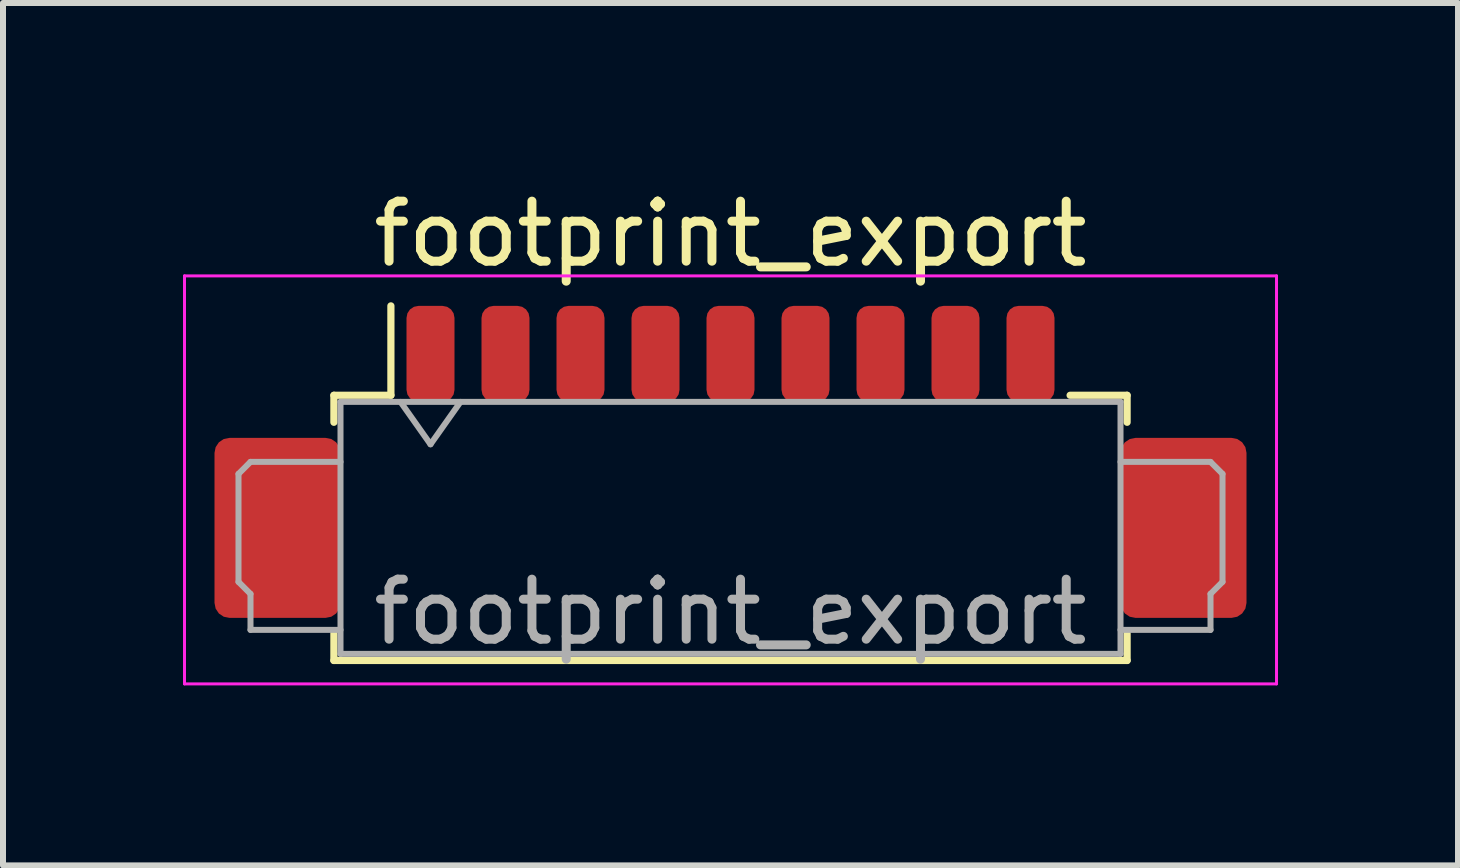
<source format=kicad_pcb>
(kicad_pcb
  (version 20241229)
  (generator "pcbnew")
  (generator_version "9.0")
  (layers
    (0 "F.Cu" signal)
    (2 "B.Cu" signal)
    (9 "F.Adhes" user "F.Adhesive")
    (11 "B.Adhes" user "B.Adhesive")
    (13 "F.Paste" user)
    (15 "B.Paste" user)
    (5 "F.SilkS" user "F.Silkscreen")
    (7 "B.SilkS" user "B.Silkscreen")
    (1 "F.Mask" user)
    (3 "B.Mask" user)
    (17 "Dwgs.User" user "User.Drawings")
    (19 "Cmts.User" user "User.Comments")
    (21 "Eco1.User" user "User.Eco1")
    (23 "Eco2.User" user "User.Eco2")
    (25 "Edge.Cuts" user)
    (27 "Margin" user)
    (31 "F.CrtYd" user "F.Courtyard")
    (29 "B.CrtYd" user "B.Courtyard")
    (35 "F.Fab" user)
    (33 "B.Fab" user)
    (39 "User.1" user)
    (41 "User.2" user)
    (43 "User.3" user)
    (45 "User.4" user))
  (footprint "footprint_export"
    (layer "F.Cu")
    (at 9.125 5.248)
    (property "Reference" "footprint_export" (at 0 -4.4 0) (layer "F.SilkS") (effects (font (size 1 1) (thickness 0.15))))
    (attr smd)
    (fp_line (start -6.61 -1.71) (end -5.66 -1.71) (stroke (width 0.12) (type solid)) (layer "F.SilkS"))
    (fp_line (start -6.61 -1.26) (end -6.61 -1.71) (stroke (width 0.12) (type solid)) (layer "F.SilkS"))
    (fp_line (start -6.61 2.26) (end -6.61 2.71) (stroke (width 0.12) (type solid)) (layer "F.SilkS"))
    (fp_line (start -6.61 2.71) (end 6.61 2.71) (stroke (width 0.12) (type solid)) (layer "F.SilkS"))
    (fp_line (start -5.66 -1.71) (end -5.66 -3.2) (stroke (width 0.12) (type solid)) (layer "F.SilkS"))
    (fp_line (start 6.61 -1.71) (end 5.66 -1.71) (stroke (width 0.12) (type solid)) (layer "F.SilkS"))
    (fp_line (start 6.61 -1.26) (end 6.61 -1.71) (stroke (width 0.12) (type solid)) (layer "F.SilkS"))
    (fp_line (start 6.61 2.71) (end 6.61 2.26) (stroke (width 0.12) (type solid)) (layer "F.SilkS"))
    (fp_line (start -9.1 -3.7) (end -9.1 3.1) (stroke (width 0.05) (type solid)) (layer "F.CrtYd"))
    (fp_line (start -9.1 3.1) (end 9.1 3.1) (stroke (width 0.05) (type solid)) (layer "F.CrtYd"))
    (fp_line (start 9.1 -3.7) (end -9.1 -3.7) (stroke (width 0.05) (type solid)) (layer "F.CrtYd"))
    (fp_line (start 9.1 3.1) (end 9.1 -3.7) (stroke (width 0.05) (type solid)) (layer "F.CrtYd"))
    (fp_line (start -8.2 -0.4) (end -8.2 1.4) (stroke (width 0.1) (type solid)) (layer "F.Fab"))
    (fp_line (start -8.2 1.4) (end -8 1.6) (stroke (width 0.1) (type solid)) (layer "F.Fab"))
    (fp_line (start -8 -0.6) (end -8.2 -0.4) (stroke (width 0.1) (type solid)) (layer "F.Fab"))
    (fp_line (start -8 1.6) (end -8 2.2) (stroke (width 0.1) (type solid)) (layer "F.Fab"))
    (fp_line (start -8 2.2) (end -6.5 2.2) (stroke (width 0.1) (type solid)) (layer "F.Fab"))
    (fp_line (start -6.5 -1.6) (end -6.5 2.6) (stroke (width 0.1) (type solid)) (layer "F.Fab"))
    (fp_line (start -6.5 -1.6) (end 6.5 -1.6) (stroke (width 0.1) (type solid)) (layer "F.Fab"))
    (fp_line (start -6.5 -0.6) (end -8 -0.6) (stroke (width 0.1) (type solid)) (layer "F.Fab"))
    (fp_line (start -6.5 2.6) (end 6.5 2.6) (stroke (width 0.1) (type solid)) (layer "F.Fab"))
    (fp_line (start -5.5 -1.6) (end -5 -0.893) (stroke (width 0.1) (type solid)) (layer "F.Fab"))
    (fp_line (start -5 -0.893) (end -4.5 -1.6) (stroke (width 0.1) (type solid)) (layer "F.Fab"))
    (fp_line (start 6.5 -1.6) (end 6.5 2.6) (stroke (width 0.1) (type solid)) (layer "F.Fab"))
    (fp_line (start 6.5 -0.6) (end 8 -0.6) (stroke (width 0.1) (type solid)) (layer "F.Fab"))
    (fp_line (start 8 -0.6) (end 8.2 -0.4) (stroke (width 0.1) (type solid)) (layer "F.Fab"))
    (fp_line (start 8 1.6) (end 8 2.2) (stroke (width 0.1) (type solid)) (layer "F.Fab"))
    (fp_line (start 8 2.2) (end 6.5 2.2) (stroke (width 0.1) (type solid)) (layer "F.Fab"))
    (fp_line (start 8.2 -0.4) (end 8.2 1.4) (stroke (width 0.1) (type solid)) (layer "F.Fab"))
    (fp_line (start 8.2 1.4) (end 8 1.6) (stroke (width 0.1) (type solid)) (layer "F.Fab"))
    (fp_text user "${REFERENCE}" (at 0 1.9 0) (layer "F.Fab") (effects (font (size 1 1) (thickness 0.15))))
    (pad "1" smd roundrect (at -5 -2.4) (size 0.8 1.6) (layers "F.Cu" "F.Mask" "F.Paste") (roundrect_rratio 0.25))
    (pad "2" smd roundrect (at -3.75 -2.4) (size 0.8 1.6) (layers "F.Cu" "F.Mask" "F.Paste") (roundrect_rratio 0.25))
    (pad "3" smd roundrect (at -2.5 -2.4) (size 0.8 1.6) (layers "F.Cu" "F.Mask" "F.Paste") (roundrect_rratio 0.25))
    (pad "4" smd roundrect (at -1.25 -2.4) (size 0.8 1.6) (layers "F.Cu" "F.Mask" "F.Paste") (roundrect_rratio 0.25))
    (pad "5" smd roundrect (at 0 -2.4) (size 0.8 1.6) (layers "F.Cu" "F.Mask" "F.Paste") (roundrect_rratio 0.25))
    (pad "6" smd roundrect (at 1.25 -2.4) (size 0.8 1.6) (layers "F.Cu" "F.Mask" "F.Paste") (roundrect_rratio 0.25))
    (pad "7" smd roundrect (at 2.5 -2.4) (size 0.8 1.6) (layers "F.Cu" "F.Mask" "F.Paste") (roundrect_rratio 0.25))
    (pad "8" smd roundrect (at 3.75 -2.4) (size 0.8 1.6) (layers "F.Cu" "F.Mask" "F.Paste") (roundrect_rratio 0.25))
    (pad "9" smd roundrect (at 5 -2.4) (size 0.8 1.6) (layers "F.Cu" "F.Mask" "F.Paste") (roundrect_rratio 0.25))
    (pad "MP" smd roundrect (at -7.55 0.5) (size 2.1 3) (layers "F.Cu" "F.Mask" "F.Paste") (roundrect_rratio 0.119))
    (pad "MP" smd roundrect (at 7.55 0.5) (size 2.1 3) (layers "F.Cu" "F.Mask" "F.Paste") (roundrect_rratio 0.119)))
  (gr_rect
    (start -3 -3)
    (end 21.25 11.373)
    (stroke (width 0.1) (type default))
    (fill no)
    (layer "Edge.Cuts")))
</source>
